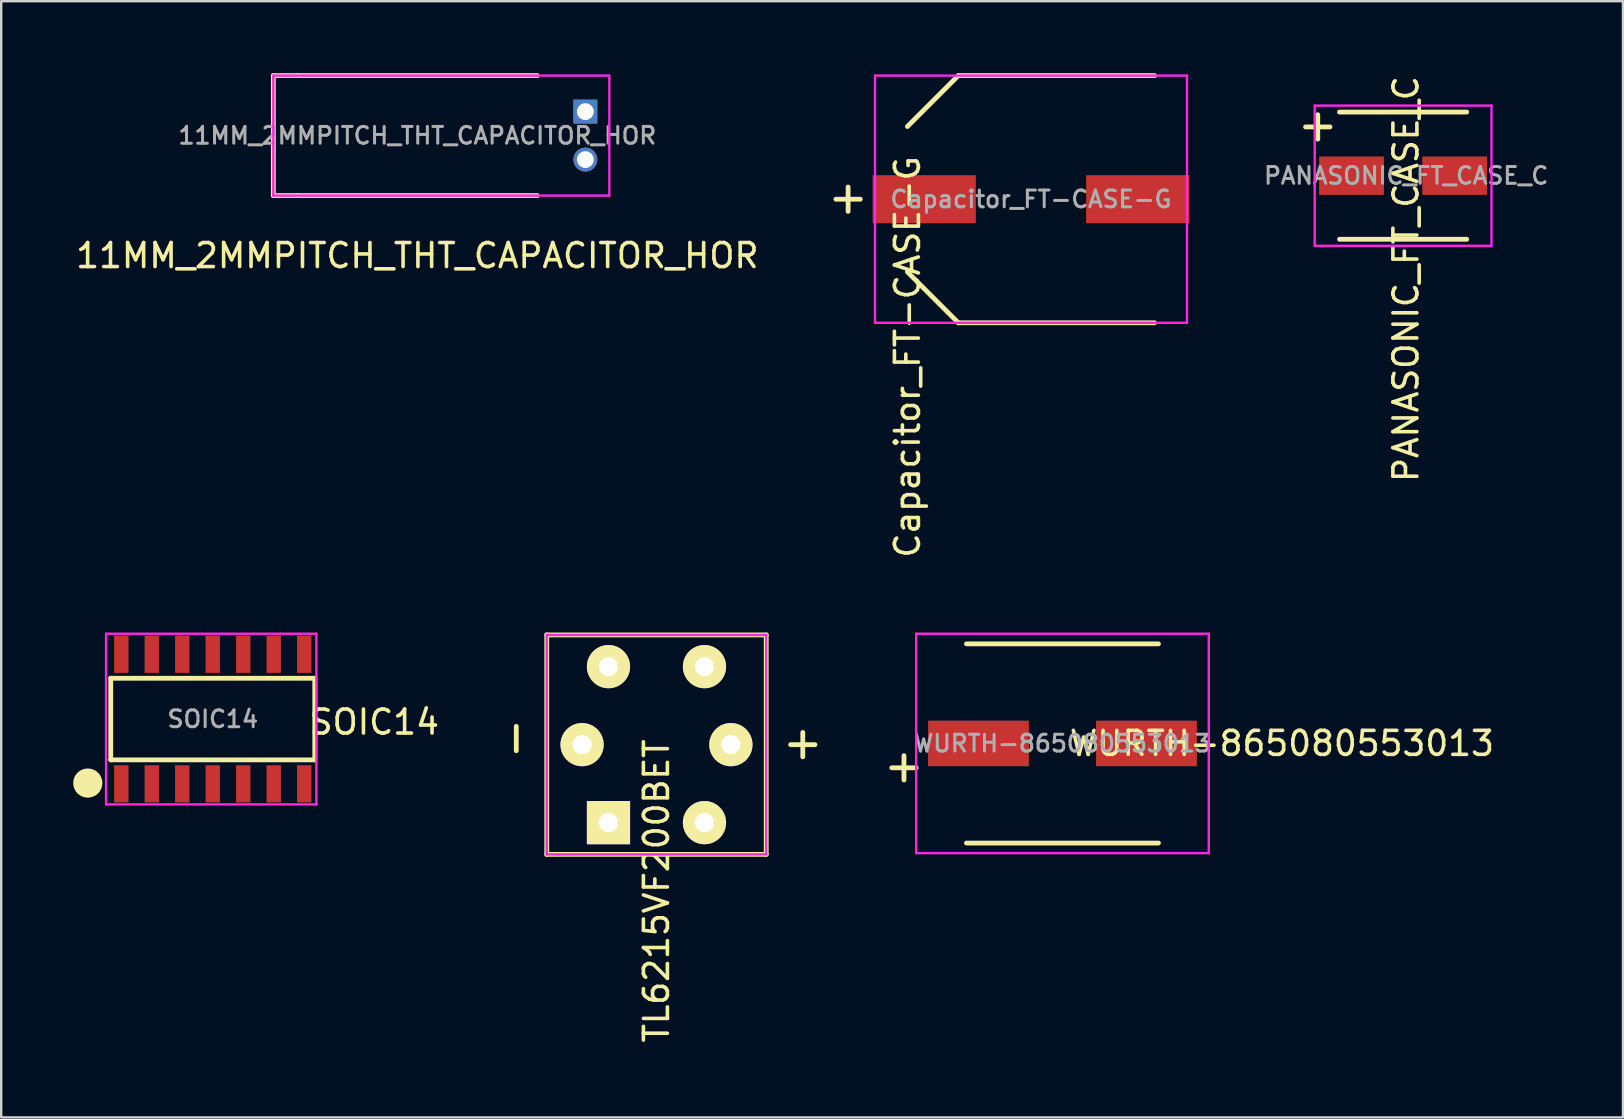
<source format=kicad_pcb>
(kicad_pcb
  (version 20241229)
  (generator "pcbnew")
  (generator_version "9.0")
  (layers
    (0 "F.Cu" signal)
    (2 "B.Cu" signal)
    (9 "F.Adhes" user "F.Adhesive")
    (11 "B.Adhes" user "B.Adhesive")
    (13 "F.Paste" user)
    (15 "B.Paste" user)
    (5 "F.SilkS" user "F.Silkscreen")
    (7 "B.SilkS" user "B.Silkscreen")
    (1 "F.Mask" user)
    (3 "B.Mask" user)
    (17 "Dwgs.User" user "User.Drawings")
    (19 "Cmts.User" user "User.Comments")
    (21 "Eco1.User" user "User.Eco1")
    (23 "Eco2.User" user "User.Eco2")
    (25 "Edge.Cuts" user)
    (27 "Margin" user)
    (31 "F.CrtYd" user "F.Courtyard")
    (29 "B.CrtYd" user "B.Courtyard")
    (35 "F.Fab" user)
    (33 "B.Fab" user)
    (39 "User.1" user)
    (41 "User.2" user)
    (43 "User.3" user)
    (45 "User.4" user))
  (footprint "Capacitor_FT-CASE-G"
    (layer "F.Cu")
    (at 39.907 5.25)
    (property "Reference" "Capacitor_FT-CASE-G" (at -5.146 6.572 90) (layer "F.SilkS") (effects (font (size 1 1) (thickness 0.15))))
    (attr through_hole)
    (fp_line (start -8.128 0) (end -7.112 0) (stroke (width 0.2) (type solid)) (layer "F.SilkS"))
    (fp_line (start -7.62 -0.508) (end -7.62 0.508) (stroke (width 0.2) (type solid)) (layer "F.SilkS"))
    (fp_line (start -5.15 3.029) (end -3.029 5.15) (stroke (width 0.2) (type solid)) (layer "F.SilkS"))
    (fp_line (start -3.029 -5.15) (end -5.15 -3.029) (stroke (width 0.2) (type solid)) (layer "F.SilkS"))
    (fp_line (start -3.029 5.15) (end 5.15 5.15) (stroke (width 0.2) (type solid)) (layer "F.SilkS"))
    (fp_line (start 5.15 -5.15) (end -3.029 -5.15) (stroke (width 0.2) (type solid)) (layer "F.SilkS"))
    (fp_line (start -6.5 -5.15) (end -6.5 5.15) (stroke (width 0.1) (type solid)) (layer "F.CrtYd"))
    (fp_line (start -6.5 5.15) (end 6.5 5.15) (stroke (width 0.1) (type solid)) (layer "F.CrtYd"))
    (fp_line (start 6.5 -5.15) (end -6.5 -5.15) (stroke (width 0.1) (type solid)) (layer "F.CrtYd"))
    (fp_line (start 6.5 5.15) (end 6.5 -5.15) (stroke (width 0.1) (type solid)) (layer "F.CrtYd"))
    (fp_text user "${REFERENCE}" (at 0 0 0) (layer "F.Fab") (effects (font (size 0.7 0.7) (thickness 0.125))))
    (pad "1" smd rect (at -4.448 0) (size 4.3 2) (layers "F.Cu" "F.Mask" "F.Paste"))
    (pad "2" smd rect (at 4.448 0) (size 4.3 2) (layers "F.Cu" "F.Mask" "F.Paste")))
  (footprint "PANASONIC_FT_CASE_C"
    (layer "F.Cu")
    (at 55.412 4.27)
    (property "Reference" "PANASONIC_FT_CASE_C" (at 0.119 4.308 90) (layer "F.SilkS") (effects (font (size 1 1) (thickness 0.15))))
    (attr through_hole)
    (fp_line (start -4.064 -2.032) (end -3.048 -2.032) (stroke (width 0.2) (type solid)) (layer "F.SilkS"))
    (fp_line (start -3.556 -2.54) (end -3.556 -1.524) (stroke (width 0.2) (type solid)) (layer "F.SilkS"))
    (fp_line (start -2.65 2.65) (end 2.65 2.65) (stroke (width 0.2) (type solid)) (layer "F.SilkS"))
    (fp_line (start 2.65 -2.65) (end -2.65 -2.65) (stroke (width 0.2) (type solid)) (layer "F.SilkS"))
    (fp_line (start -3.683 -2.921) (end 3.683 -2.921) (stroke (width 0.1) (type solid)) (layer "F.CrtYd"))
    (fp_line (start -3.683 2.921) (end -3.683 -2.921) (stroke (width 0.1) (type solid)) (layer "F.CrtYd"))
    (fp_line (start 3.683 -2.921) (end 3.683 2.921) (stroke (width 0.1) (type solid)) (layer "F.CrtYd"))
    (fp_line (start 3.683 2.921) (end -3.683 2.921) (stroke (width 0.1) (type solid)) (layer "F.CrtYd"))
    (fp_text user "${REFERENCE}" (at 0.127 0 0) (layer "F.Fab") (effects (font (size 0.7 0.7) (thickness 0.125))))
    (pad "1" smd rect (at -2.15 0) (size 2.7 1.6) (layers "F.Cu" "F.Mask" "F.Paste"))
    (pad "2" smd rect (at 2.15 0) (size 2.7 1.6) (layers "F.Cu" "F.Mask" "F.Paste")))
  (footprint "WURTH-865080553013"
    (layer "F.Cu")
    (at 41.219 27.926)
    (property "Reference" "WURTH-865080553013" (at 9.144 0 0) (layer "F.SilkS") (effects (font (size 1 1) (thickness 0.15))))
    (attr through_hole)
    (fp_line (start -7.112 1.016) (end -6.096 1.016) (stroke (width 0.2) (type solid)) (layer "F.SilkS"))
    (fp_line (start -6.604 0.508) (end -6.604 1.524) (stroke (width 0.2) (type solid)) (layer "F.SilkS"))
    (fp_line (start -4 -4.15) (end 4 -4.15) (stroke (width 0.2) (type solid)) (layer "F.SilkS"))
    (fp_line (start -4 4.15) (end 4 4.15) (stroke (width 0.2) (type solid)) (layer "F.SilkS"))
    (fp_line (start -6.096 -4.572) (end 6.096 -4.572) (stroke (width 0.1) (type solid)) (layer "F.CrtYd"))
    (fp_line (start -6.096 4.572) (end -6.096 -4.572) (stroke (width 0.1) (type solid)) (layer "F.CrtYd"))
    (fp_line (start 6.096 -4.572) (end 6.096 4.572) (stroke (width 0.1) (type solid)) (layer "F.CrtYd"))
    (fp_line (start 6.096 4.572) (end -6.096 4.572) (stroke (width 0.1) (type solid)) (layer "F.CrtYd"))
    (fp_text user "${REFERENCE}" (at 0 0 0) (layer "F.Fab") (effects (font (size 0.7 0.7) (thickness 0.125))))
    (pad "1" smd rect (at -3.5 0) (size 4.2 1.9) (layers "F.Cu" "F.Mask" "F.Paste"))
    (pad "2" smd rect (at 3.5 0) (size 4.2 1.9) (layers "F.Cu" "F.Mask" "F.Paste")))
  (footprint "TL6215VF200BET"
    (layer "F.Cu")
    (at 24.303 27.976)
    (property "Reference" "TL6215VF200BET" (at 0 6.096 90) (layer "F.SilkS") (effects (font (size 1 1) (thickness 0.15))))
    (attr through_hole)
    (fp_line (start -5.842 -0.762) (end -5.842 0.254) (stroke (width 0.2) (type solid)) (layer "F.SilkS"))
    (fp_line (start -4.572 -4.572) (end 4.572 -4.572) (stroke (width 0.2) (type solid)) (layer "F.SilkS"))
    (fp_line (start -4.572 4.572) (end -4.572 -4.572) (stroke (width 0.2) (type solid)) (layer "F.SilkS"))
    (fp_line (start 4.572 -4.572) (end 4.572 4.572) (stroke (width 0.2) (type solid)) (layer "F.SilkS"))
    (fp_line (start 4.572 4.572) (end -4.572 4.572) (stroke (width 0.2) (type solid)) (layer "F.SilkS"))
    (fp_line (start 5.588 0) (end 6.604 0) (stroke (width 0.2) (type solid)) (layer "F.SilkS"))
    (fp_line (start 6.096 -0.508) (end 6.096 0.508) (stroke (width 0.2) (type solid)) (layer "F.SilkS"))
    (fp_line (start -4.572 -4.572) (end 4.572 -4.572) (stroke (width 0.1) (type solid)) (layer "F.CrtYd"))
    (fp_line (start -4.572 4.572) (end -4.572 -4.572) (stroke (width 0.1) (type solid)) (layer "F.CrtYd"))
    (fp_line (start 4.572 -4.572) (end 4.572 4.572) (stroke (width 0.1) (type solid)) (layer "F.CrtYd"))
    (fp_line (start 4.572 4.572) (end -4.572 4.572) (stroke (width 0.1) (type solid)) (layer "F.CrtYd"))
    (pad "1" thru_hole rect (at -2 3.25) (size 1.8 1.8) (drill 0.8) (layers "*.Cu" "*.Mask" "F.SilkS"))
    (pad "2" thru_hole circle (at -2 -3.25) (size 1.8 1.8) (drill 0.8) (layers "*.Cu" "*.Mask" "F.SilkS"))
    (pad "3" thru_hole circle (at 2 3.25) (size 1.8 1.8) (drill 0.8) (layers "*.Cu" "*.Mask" "F.SilkS"))
    (pad "4" thru_hole circle (at 2 -3.25) (size 1.8 1.8) (drill 0.8) (layers "*.Cu" "*.Mask" "F.SilkS"))
    (pad "5" thru_hole circle (at -3.1 0) (size 1.8 1.8) (drill 0.8) (layers "*.Cu" "*.Mask" "F.SilkS"))
    (pad "6" thru_hole circle (at 3.1 0) (size 1.8 1.8) (drill 0.8) (layers "*.Cu" "*.Mask" "F.SilkS")))
  (footprint "11MM_2MMPITCH_THT_CAPACITOR_HOR"
    (layer "F.Cu")
    (at 21.339 2.6)
    (property "Reference" "11MM_2MMPITCH_THT_CAPACITOR_HOR" (at -7 5 0) (layer "F.SilkS") (effects (font (size 1 1) (thickness 0.15))))
    (attr through_hole)
    (fp_line (start -13 -2.5) (end -13 2.5) (stroke (width 0.2) (type solid)) (layer "F.SilkS"))
    (fp_line (start -13 2.5) (end -12 2.5) (stroke (width 0.2) (type solid)) (layer "F.SilkS"))
    (fp_line (start -12 -2.5) (end -13 -2.5) (stroke (width 0.2) (type solid)) (layer "F.SilkS"))
    (fp_line (start -2 -2.5) (end -12 -2.5) (stroke (width 0.2) (type solid)) (layer "F.SilkS"))
    (fp_line (start -2 2.5) (end -12 2.5) (stroke (width 0.2) (type solid)) (layer "F.SilkS"))
    (fp_line (start -13 -2.5) (end 1 -2.5) (stroke (width 0.1) (type solid)) (layer "F.CrtYd"))
    (fp_line (start -13 2.5) (end -13 -2.5) (stroke (width 0.1) (type solid)) (layer "F.CrtYd"))
    (fp_line (start 1 -2.5) (end 1 2.5) (stroke (width 0.1) (type solid)) (layer "F.CrtYd"))
    (fp_line (start 1 2.5) (end -13 2.5) (stroke (width 0.1) (type solid)) (layer "F.CrtYd"))
    (fp_text user "${REFERENCE}" (at -7 0 0) (layer "F.Fab") (effects (font (size 0.7 0.7) (thickness 0.125))))
    (pad "1" thru_hole rect (at 0 -1) (size 1 1) (drill 0.7) (layers "*.Cu" "*.Mask"))
    (pad "2" thru_hole circle (at 0 1) (size 1 1) (drill 0.7) (layers "*.Cu" "*.Mask")))
  (footprint "SOIC14"
    (layer "F.Cu")
    (at 5.815 26.91)
    (property "Reference" "SOIC14" (at 6.731 0.127 0) (layer "F.SilkS") (effects (font (size 1 1) (thickness 0.15))))
    (attr through_hole)
    (fp_line (start -5.08 2.667) (end -5.207 2.667) (stroke (width 0.2) (type solid)) (layer "F.SilkS"))
    (fp_line (start -4.25 -1.7) (end 4.25 -1.7) (stroke (width 0.2) (type solid)) (layer "F.SilkS"))
    (fp_line (start -4.25 1.7) (end -4.25 -1.7) (stroke (width 0.2) (type solid)) (layer "F.SilkS"))
    (fp_line (start 4.25 -1.7) (end 4.25 1.7) (stroke (width 0.2) (type solid)) (layer "F.SilkS"))
    (fp_line (start 4.25 1.7) (end -4.25 1.7) (stroke (width 0.2) (type solid)) (layer "F.SilkS"))
    (fp_circle (center -5.207 2.667) (end -5.08 2.667) (stroke (width 0.2) (type solid)) (fill no) (layer "F.SilkS"))
    (fp_circle (center -5.207 2.667) (end -4.953 2.667) (stroke (width 0.2) (type solid)) (fill no) (layer "F.SilkS"))
    (fp_circle (center -5.207 2.667) (end -4.826 2.667) (stroke (width 0.2) (type solid)) (fill no) (layer "F.SilkS"))
    (fp_circle (center -5.207 2.667) (end -4.699 2.667) (stroke (width 0.2) (type solid)) (fill no) (layer "F.SilkS"))
    (fp_line (start -4.445 -3.556) (end 4.318 -3.556) (stroke (width 0.1) (type solid)) (layer "F.CrtYd"))
    (fp_line (start -4.445 3.556) (end -4.445 -3.556) (stroke (width 0.1) (type solid)) (layer "F.CrtYd"))
    (fp_line (start 4.318 -3.556) (end 4.318 3.556) (stroke (width 0.1) (type solid)) (layer "F.CrtYd"))
    (fp_line (start 4.318 3.556) (end -4.445 3.556) (stroke (width 0.1) (type solid)) (layer "F.CrtYd"))
    (fp_text user "${REFERENCE}" (at 0 0 0) (layer "F.Fab") (effects (font (size 0.7 0.7) (thickness 0.125))))
    (pad "1" smd rect (at -3.81 2.7) (size 0.6 1.55) (layers "F.Cu" "F.Mask" "F.Paste"))
    (pad "2" smd rect (at -2.54 2.7) (size 0.6 1.55) (layers "F.Cu" "F.Mask" "F.Paste"))
    (pad "3" smd rect (at -1.27 2.7) (size 0.6 1.55) (layers "F.Cu" "F.Mask" "F.Paste"))
    (pad "4" smd rect (at 0 2.7) (size 0.6 1.55) (layers "F.Cu" "F.Mask" "F.Paste"))
    (pad "5" smd rect (at 1.27 2.7) (size 0.6 1.55) (layers "F.Cu" "F.Mask" "F.Paste"))
    (pad "6" smd rect (at 2.54 2.7) (size 0.6 1.55) (layers "F.Cu" "F.Mask" "F.Paste"))
    (pad "7" smd rect (at 3.81 2.7) (size 0.6 1.55) (layers "F.Cu" "F.Mask" "F.Paste"))
    (pad "8" smd rect (at 3.81 -2.7) (size 0.6 1.55) (layers "F.Cu" "F.Mask" "F.Paste"))
    (pad "9" smd rect (at 2.54 -2.7) (size 0.6 1.55) (layers "F.Cu" "F.Mask" "F.Paste"))
    (pad "10" smd rect (at 1.27 -2.7) (size 0.6 1.55) (layers "F.Cu" "F.Mask" "F.Paste"))
    (pad "11" smd rect (at 0 -2.7) (size 0.6 1.55) (layers "F.Cu" "F.Mask" "F.Paste"))
    (pad "12" smd rect (at -1.27 -2.7) (size 0.6 1.55) (layers "F.Cu" "F.Mask" "F.Paste"))
    (pad "13" smd rect (at -2.54 -2.7) (size 0.6 1.55) (layers "F.Cu" "F.Mask" "F.Paste"))
    (pad "14" smd rect (at -3.81 -2.7) (size 0.6 1.55) (layers "F.Cu" "F.Mask" "F.Paste")))
  (gr_rect
    (start -3 -3)
    (end 64.573 43.507)
    (stroke (width 0.1) (type default))
    (fill no)
    (layer "Edge.Cuts")))
</source>
